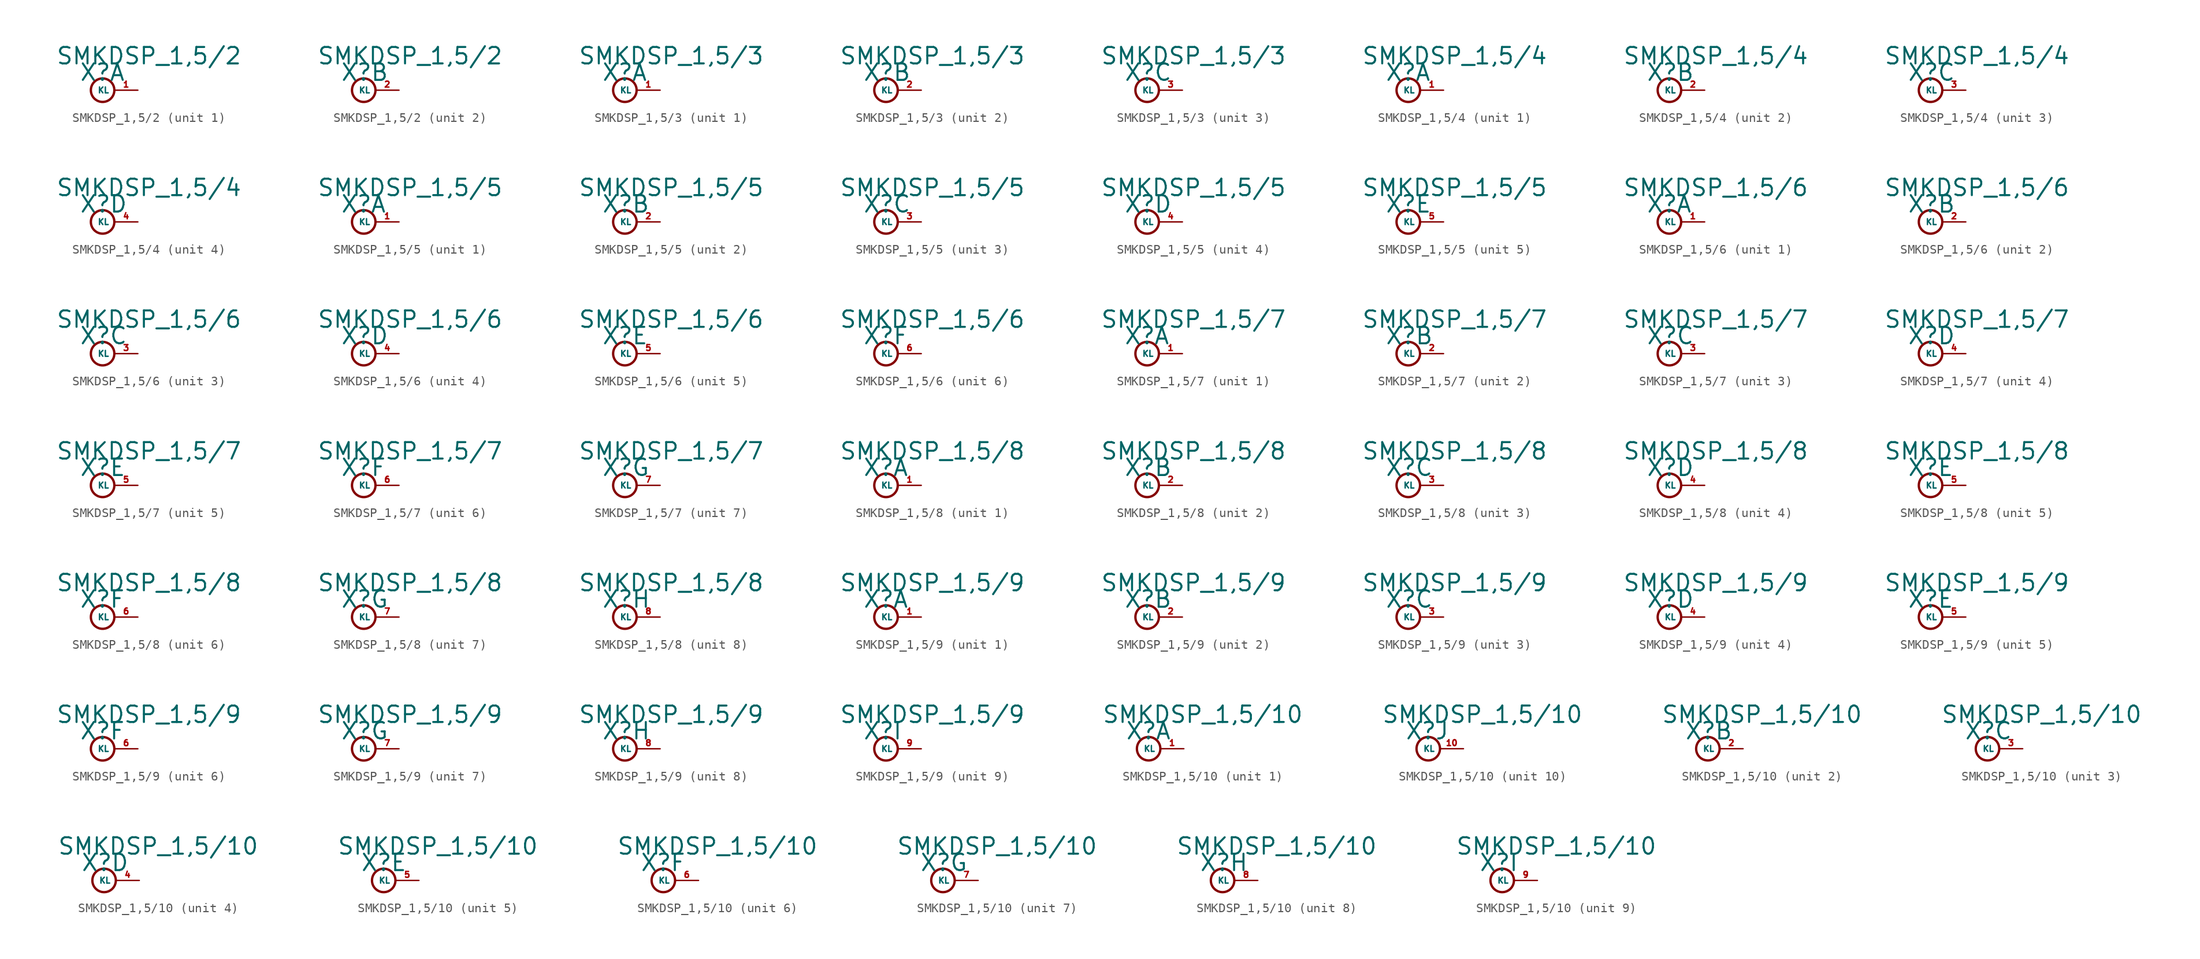
<source format=kicad_sym>
(kicad_symbol_lib
  (version 20220914)
  (generator Eagle2Kicad)
  (symbol "SMKDSP_1,5/2"
    (property "Reference" "X"
      (at -1.27 0.889 0)
      (effects (font (size 1.778 1.778) (thickness 0.22)) (justify left bottom)))
    (property "Value" "SMKDSP_1,5/2"
      (at -3.81 2.667 0)
      (effects (font (size 1.778 1.778) (thickness 0.22)) (justify left bottom)))
    (symbol "SMKDSP_1,5/2_1_0"
      (circle (center 1.27 0) (radius 1.27) (stroke (width 0.254) (type default)) (fill (type none)))
      (pin passive line (at 5.08 0 180) (length 2.54) (name "KL" (effects (font (size 0.635 0.635) (thickness 0.08)) (justify left bottom))) (number "1" (effects (font (size 0.635 0.635) (thickness 0.08)) (justify left bottom)))))
    (symbol "SMKDSP_1,5/2_2_0"
      (circle (center 1.27 0) (radius 1.27) (stroke (width 0.254) (type default)) (fill (type none)))
      (pin passive line (at 5.08 0 180) (length 2.54) (name "KL" (effects (font (size 0.635 0.635) (thickness 0.08)) (justify left bottom))) (number "2" (effects (font (size 0.635 0.635) (thickness 0.08)) (justify left bottom))))))
  (symbol "SMKDSP_1,5/3"
    (property "Reference" "X"
      (at -1.27 0.889 0)
      (effects (font (size 1.778 1.778) (thickness 0.22)) (justify left bottom)))
    (property "Value" "SMKDSP_1,5/3"
      (at -3.81 2.667 0)
      (effects (font (size 1.778 1.778) (thickness 0.22)) (justify left bottom)))
    (symbol "SMKDSP_1,5/3_1_0"
      (circle (center 1.27 0) (radius 1.27) (stroke (width 0.254) (type default)) (fill (type none)))
      (pin passive line (at 5.08 0 180) (length 2.54) (name "KL" (effects (font (size 0.635 0.635) (thickness 0.08)) (justify left bottom))) (number "1" (effects (font (size 0.635 0.635) (thickness 0.08)) (justify left bottom)))))
    (symbol "SMKDSP_1,5/3_2_0"
      (circle (center 1.27 0) (radius 1.27) (stroke (width 0.254) (type default)) (fill (type none)))
      (pin passive line (at 5.08 0 180) (length 2.54) (name "KL" (effects (font (size 0.635 0.635) (thickness 0.08)) (justify left bottom))) (number "2" (effects (font (size 0.635 0.635) (thickness 0.08)) (justify left bottom)))))
    (symbol "SMKDSP_1,5/3_3_0"
      (circle (center 1.27 0) (radius 1.27) (stroke (width 0.254) (type default)) (fill (type none)))
      (pin passive line (at 5.08 0 180) (length 2.54) (name "KL" (effects (font (size 0.635 0.635) (thickness 0.08)) (justify left bottom))) (number "3" (effects (font (size 0.635 0.635) (thickness 0.08)) (justify left bottom))))))
  (symbol "SMKDSP_1,5/4"
    (property "Reference" "X"
      (at -1.27 0.889 0)
      (effects (font (size 1.778 1.778) (thickness 0.22)) (justify left bottom)))
    (property "Value" "SMKDSP_1,5/4"
      (at -3.81 2.667 0)
      (effects (font (size 1.778 1.778) (thickness 0.22)) (justify left bottom)))
    (symbol "SMKDSP_1,5/4_1_0"
      (circle (center 1.27 0) (radius 1.27) (stroke (width 0.254) (type default)) (fill (type none)))
      (pin passive line (at 5.08 0 180) (length 2.54) (name "KL" (effects (font (size 0.635 0.635) (thickness 0.08)) (justify left bottom))) (number "1" (effects (font (size 0.635 0.635) (thickness 0.08)) (justify left bottom)))))
    (symbol "SMKDSP_1,5/4_2_0"
      (circle (center 1.27 0) (radius 1.27) (stroke (width 0.254) (type default)) (fill (type none)))
      (pin passive line (at 5.08 0 180) (length 2.54) (name "KL" (effects (font (size 0.635 0.635) (thickness 0.08)) (justify left bottom))) (number "2" (effects (font (size 0.635 0.635) (thickness 0.08)) (justify left bottom)))))
    (symbol "SMKDSP_1,5/4_3_0"
      (circle (center 1.27 0) (radius 1.27) (stroke (width 0.254) (type default)) (fill (type none)))
      (pin passive line (at 5.08 0 180) (length 2.54) (name "KL" (effects (font (size 0.635 0.635) (thickness 0.08)) (justify left bottom))) (number "3" (effects (font (size 0.635 0.635) (thickness 0.08)) (justify left bottom)))))
    (symbol "SMKDSP_1,5/4_4_0"
      (circle (center 1.27 0) (radius 1.27) (stroke (width 0.254) (type default)) (fill (type none)))
      (pin passive line (at 5.08 0 180) (length 2.54) (name "KL" (effects (font (size 0.635 0.635) (thickness 0.08)) (justify left bottom))) (number "4" (effects (font (size 0.635 0.635) (thickness 0.08)) (justify left bottom))))))
  (symbol "SMKDSP_1,5/5"
    (property "Reference" "X"
      (at -1.27 0.889 0)
      (effects (font (size 1.778 1.778) (thickness 0.22)) (justify left bottom)))
    (property "Value" "SMKDSP_1,5/5"
      (at -3.81 2.667 0)
      (effects (font (size 1.778 1.778) (thickness 0.22)) (justify left bottom)))
    (symbol "SMKDSP_1,5/5_1_0"
      (circle (center 1.27 0) (radius 1.27) (stroke (width 0.254) (type default)) (fill (type none)))
      (pin passive line (at 5.08 0 180) (length 2.54) (name "KL" (effects (font (size 0.635 0.635) (thickness 0.08)) (justify left bottom))) (number "1" (effects (font (size 0.635 0.635) (thickness 0.08)) (justify left bottom)))))
    (symbol "SMKDSP_1,5/5_2_0"
      (circle (center 1.27 0) (radius 1.27) (stroke (width 0.254) (type default)) (fill (type none)))
      (pin passive line (at 5.08 0 180) (length 2.54) (name "KL" (effects (font (size 0.635 0.635) (thickness 0.08)) (justify left bottom))) (number "2" (effects (font (size 0.635 0.635) (thickness 0.08)) (justify left bottom)))))
    (symbol "SMKDSP_1,5/5_3_0"
      (circle (center 1.27 0) (radius 1.27) (stroke (width 0.254) (type default)) (fill (type none)))
      (pin passive line (at 5.08 0 180) (length 2.54) (name "KL" (effects (font (size 0.635 0.635) (thickness 0.08)) (justify left bottom))) (number "3" (effects (font (size 0.635 0.635) (thickness 0.08)) (justify left bottom)))))
    (symbol "SMKDSP_1,5/5_4_0"
      (circle (center 1.27 0) (radius 1.27) (stroke (width 0.254) (type default)) (fill (type none)))
      (pin passive line (at 5.08 0 180) (length 2.54) (name "KL" (effects (font (size 0.635 0.635) (thickness 0.08)) (justify left bottom))) (number "4" (effects (font (size 0.635 0.635) (thickness 0.08)) (justify left bottom)))))
    (symbol "SMKDSP_1,5/5_5_0"
      (circle (center 1.27 0) (radius 1.27) (stroke (width 0.254) (type default)) (fill (type none)))
      (pin passive line (at 5.08 0 180) (length 2.54) (name "KL" (effects (font (size 0.635 0.635) (thickness 0.08)) (justify left bottom))) (number "5" (effects (font (size 0.635 0.635) (thickness 0.08)) (justify left bottom))))))
  (symbol "SMKDSP_1,5/6"
    (property "Reference" "X"
      (at -1.27 0.889 0)
      (effects (font (size 1.778 1.778) (thickness 0.22)) (justify left bottom)))
    (property "Value" "SMKDSP_1,5/6"
      (at -3.81 2.667 0)
      (effects (font (size 1.778 1.778) (thickness 0.22)) (justify left bottom)))
    (symbol "SMKDSP_1,5/6_1_0"
      (circle (center 1.27 0) (radius 1.27) (stroke (width 0.254) (type default)) (fill (type none)))
      (pin passive line (at 5.08 0 180) (length 2.54) (name "KL" (effects (font (size 0.635 0.635) (thickness 0.08)) (justify left bottom))) (number "1" (effects (font (size 0.635 0.635) (thickness 0.08)) (justify left bottom)))))
    (symbol "SMKDSP_1,5/6_2_0"
      (circle (center 1.27 0) (radius 1.27) (stroke (width 0.254) (type default)) (fill (type none)))
      (pin passive line (at 5.08 0 180) (length 2.54) (name "KL" (effects (font (size 0.635 0.635) (thickness 0.08)) (justify left bottom))) (number "2" (effects (font (size 0.635 0.635) (thickness 0.08)) (justify left bottom)))))
    (symbol "SMKDSP_1,5/6_3_0"
      (circle (center 1.27 0) (radius 1.27) (stroke (width 0.254) (type default)) (fill (type none)))
      (pin passive line (at 5.08 0 180) (length 2.54) (name "KL" (effects (font (size 0.635 0.635) (thickness 0.08)) (justify left bottom))) (number "3" (effects (font (size 0.635 0.635) (thickness 0.08)) (justify left bottom)))))
    (symbol "SMKDSP_1,5/6_4_0"
      (circle (center 1.27 0) (radius 1.27) (stroke (width 0.254) (type default)) (fill (type none)))
      (pin passive line (at 5.08 0 180) (length 2.54) (name "KL" (effects (font (size 0.635 0.635) (thickness 0.08)) (justify left bottom))) (number "4" (effects (font (size 0.635 0.635) (thickness 0.08)) (justify left bottom)))))
    (symbol "SMKDSP_1,5/6_5_0"
      (circle (center 1.27 0) (radius 1.27) (stroke (width 0.254) (type default)) (fill (type none)))
      (pin passive line (at 5.08 0 180) (length 2.54) (name "KL" (effects (font (size 0.635 0.635) (thickness 0.08)) (justify left bottom))) (number "5" (effects (font (size 0.635 0.635) (thickness 0.08)) (justify left bottom)))))
    (symbol "SMKDSP_1,5/6_6_0"
      (circle (center 1.27 0) (radius 1.27) (stroke (width 0.254) (type default)) (fill (type none)))
      (pin passive line (at 5.08 0 180) (length 2.54) (name "KL" (effects (font (size 0.635 0.635) (thickness 0.08)) (justify left bottom))) (number "6" (effects (font (size 0.635 0.635) (thickness 0.08)) (justify left bottom))))))
  (symbol "SMKDSP_1,5/7"
    (property "Reference" "X"
      (at -1.27 0.889 0)
      (effects (font (size 1.778 1.778) (thickness 0.22)) (justify left bottom)))
    (property "Value" "SMKDSP_1,5/7"
      (at -3.81 2.667 0)
      (effects (font (size 1.778 1.778) (thickness 0.22)) (justify left bottom)))
    (symbol "SMKDSP_1,5/7_1_0"
      (circle (center 1.27 0) (radius 1.27) (stroke (width 0.254) (type default)) (fill (type none)))
      (pin passive line (at 5.08 0 180) (length 2.54) (name "KL" (effects (font (size 0.635 0.635) (thickness 0.08)) (justify left bottom))) (number "1" (effects (font (size 0.635 0.635) (thickness 0.08)) (justify left bottom)))))
    (symbol "SMKDSP_1,5/7_2_0"
      (circle (center 1.27 0) (radius 1.27) (stroke (width 0.254) (type default)) (fill (type none)))
      (pin passive line (at 5.08 0 180) (length 2.54) (name "KL" (effects (font (size 0.635 0.635) (thickness 0.08)) (justify left bottom))) (number "2" (effects (font (size 0.635 0.635) (thickness 0.08)) (justify left bottom)))))
    (symbol "SMKDSP_1,5/7_3_0"
      (circle (center 1.27 0) (radius 1.27) (stroke (width 0.254) (type default)) (fill (type none)))
      (pin passive line (at 5.08 0 180) (length 2.54) (name "KL" (effects (font (size 0.635 0.635) (thickness 0.08)) (justify left bottom))) (number "3" (effects (font (size 0.635 0.635) (thickness 0.08)) (justify left bottom)))))
    (symbol "SMKDSP_1,5/7_4_0"
      (circle (center 1.27 0) (radius 1.27) (stroke (width 0.254) (type default)) (fill (type none)))
      (pin passive line (at 5.08 0 180) (length 2.54) (name "KL" (effects (font (size 0.635 0.635) (thickness 0.08)) (justify left bottom))) (number "4" (effects (font (size 0.635 0.635) (thickness 0.08)) (justify left bottom)))))
    (symbol "SMKDSP_1,5/7_5_0"
      (circle (center 1.27 0) (radius 1.27) (stroke (width 0.254) (type default)) (fill (type none)))
      (pin passive line (at 5.08 0 180) (length 2.54) (name "KL" (effects (font (size 0.635 0.635) (thickness 0.08)) (justify left bottom))) (number "5" (effects (font (size 0.635 0.635) (thickness 0.08)) (justify left bottom)))))
    (symbol "SMKDSP_1,5/7_6_0"
      (circle (center 1.27 0) (radius 1.27) (stroke (width 0.254) (type default)) (fill (type none)))
      (pin passive line (at 5.08 0 180) (length 2.54) (name "KL" (effects (font (size 0.635 0.635) (thickness 0.08)) (justify left bottom))) (number "6" (effects (font (size 0.635 0.635) (thickness 0.08)) (justify left bottom)))))
    (symbol "SMKDSP_1,5/7_7_0"
      (circle (center 1.27 0) (radius 1.27) (stroke (width 0.254) (type default)) (fill (type none)))
      (pin passive line (at 5.08 0 180) (length 2.54) (name "KL" (effects (font (size 0.635 0.635) (thickness 0.08)) (justify left bottom))) (number "7" (effects (font (size 0.635 0.635) (thickness 0.08)) (justify left bottom))))))
  (symbol "SMKDSP_1,5/8"
    (property "Reference" "X"
      (at -1.27 0.889 0)
      (effects (font (size 1.778 1.778) (thickness 0.22)) (justify left bottom)))
    (property "Value" "SMKDSP_1,5/8"
      (at -3.81 2.667 0)
      (effects (font (size 1.778 1.778) (thickness 0.22)) (justify left bottom)))
    (symbol "SMKDSP_1,5/8_1_0"
      (circle (center 1.27 0) (radius 1.27) (stroke (width 0.254) (type default)) (fill (type none)))
      (pin passive line (at 5.08 0 180) (length 2.54) (name "KL" (effects (font (size 0.635 0.635) (thickness 0.08)) (justify left bottom))) (number "1" (effects (font (size 0.635 0.635) (thickness 0.08)) (justify left bottom)))))
    (symbol "SMKDSP_1,5/8_2_0"
      (circle (center 1.27 0) (radius 1.27) (stroke (width 0.254) (type default)) (fill (type none)))
      (pin passive line (at 5.08 0 180) (length 2.54) (name "KL" (effects (font (size 0.635 0.635) (thickness 0.08)) (justify left bottom))) (number "2" (effects (font (size 0.635 0.635) (thickness 0.08)) (justify left bottom)))))
    (symbol "SMKDSP_1,5/8_3_0"
      (circle (center 1.27 0) (radius 1.27) (stroke (width 0.254) (type default)) (fill (type none)))
      (pin passive line (at 5.08 0 180) (length 2.54) (name "KL" (effects (font (size 0.635 0.635) (thickness 0.08)) (justify left bottom))) (number "3" (effects (font (size 0.635 0.635) (thickness 0.08)) (justify left bottom)))))
    (symbol "SMKDSP_1,5/8_4_0"
      (circle (center 1.27 0) (radius 1.27) (stroke (width 0.254) (type default)) (fill (type none)))
      (pin passive line (at 5.08 0 180) (length 2.54) (name "KL" (effects (font (size 0.635 0.635) (thickness 0.08)) (justify left bottom))) (number "4" (effects (font (size 0.635 0.635) (thickness 0.08)) (justify left bottom)))))
    (symbol "SMKDSP_1,5/8_5_0"
      (circle (center 1.27 0) (radius 1.27) (stroke (width 0.254) (type default)) (fill (type none)))
      (pin passive line (at 5.08 0 180) (length 2.54) (name "KL" (effects (font (size 0.635 0.635) (thickness 0.08)) (justify left bottom))) (number "5" (effects (font (size 0.635 0.635) (thickness 0.08)) (justify left bottom)))))
    (symbol "SMKDSP_1,5/8_6_0"
      (circle (center 1.27 0) (radius 1.27) (stroke (width 0.254) (type default)) (fill (type none)))
      (pin passive line (at 5.08 0 180) (length 2.54) (name "KL" (effects (font (size 0.635 0.635) (thickness 0.08)) (justify left bottom))) (number "6" (effects (font (size 0.635 0.635) (thickness 0.08)) (justify left bottom)))))
    (symbol "SMKDSP_1,5/8_7_0"
      (circle (center 1.27 0) (radius 1.27) (stroke (width 0.254) (type default)) (fill (type none)))
      (pin passive line (at 5.08 0 180) (length 2.54) (name "KL" (effects (font (size 0.635 0.635) (thickness 0.08)) (justify left bottom))) (number "7" (effects (font (size 0.635 0.635) (thickness 0.08)) (justify left bottom)))))
    (symbol "SMKDSP_1,5/8_8_0"
      (circle (center 1.27 0) (radius 1.27) (stroke (width 0.254) (type default)) (fill (type none)))
      (pin passive line (at 5.08 0 180) (length 2.54) (name "KL" (effects (font (size 0.635 0.635) (thickness 0.08)) (justify left bottom))) (number "8" (effects (font (size 0.635 0.635) (thickness 0.08)) (justify left bottom))))))
  (symbol "SMKDSP_1,5/9"
    (property "Reference" "X"
      (at -1.27 0.889 0)
      (effects (font (size 1.778 1.778) (thickness 0.22)) (justify left bottom)))
    (property "Value" "SMKDSP_1,5/9"
      (at -3.81 2.667 0)
      (effects (font (size 1.778 1.778) (thickness 0.22)) (justify left bottom)))
    (symbol "SMKDSP_1,5/9_1_0"
      (circle (center 1.27 0) (radius 1.27) (stroke (width 0.254) (type default)) (fill (type none)))
      (pin passive line (at 5.08 0 180) (length 2.54) (name "KL" (effects (font (size 0.635 0.635) (thickness 0.08)) (justify left bottom))) (number "1" (effects (font (size 0.635 0.635) (thickness 0.08)) (justify left bottom)))))
    (symbol "SMKDSP_1,5/9_2_0"
      (circle (center 1.27 0) (radius 1.27) (stroke (width 0.254) (type default)) (fill (type none)))
      (pin passive line (at 5.08 0 180) (length 2.54) (name "KL" (effects (font (size 0.635 0.635) (thickness 0.08)) (justify left bottom))) (number "2" (effects (font (size 0.635 0.635) (thickness 0.08)) (justify left bottom)))))
    (symbol "SMKDSP_1,5/9_3_0"
      (circle (center 1.27 0) (radius 1.27) (stroke (width 0.254) (type default)) (fill (type none)))
      (pin passive line (at 5.08 0 180) (length 2.54) (name "KL" (effects (font (size 0.635 0.635) (thickness 0.08)) (justify left bottom))) (number "3" (effects (font (size 0.635 0.635) (thickness 0.08)) (justify left bottom)))))
    (symbol "SMKDSP_1,5/9_4_0"
      (circle (center 1.27 0) (radius 1.27) (stroke (width 0.254) (type default)) (fill (type none)))
      (pin passive line (at 5.08 0 180) (length 2.54) (name "KL" (effects (font (size 0.635 0.635) (thickness 0.08)) (justify left bottom))) (number "4" (effects (font (size 0.635 0.635) (thickness 0.08)) (justify left bottom)))))
    (symbol "SMKDSP_1,5/9_5_0"
      (circle (center 1.27 0) (radius 1.27) (stroke (width 0.254) (type default)) (fill (type none)))
      (pin passive line (at 5.08 0 180) (length 2.54) (name "KL" (effects (font (size 0.635 0.635) (thickness 0.08)) (justify left bottom))) (number "5" (effects (font (size 0.635 0.635) (thickness 0.08)) (justify left bottom)))))
    (symbol "SMKDSP_1,5/9_6_0"
      (circle (center 1.27 0) (radius 1.27) (stroke (width 0.254) (type default)) (fill (type none)))
      (pin passive line (at 5.08 0 180) (length 2.54) (name "KL" (effects (font (size 0.635 0.635) (thickness 0.08)) (justify left bottom))) (number "6" (effects (font (size 0.635 0.635) (thickness 0.08)) (justify left bottom)))))
    (symbol "SMKDSP_1,5/9_7_0"
      (circle (center 1.27 0) (radius 1.27) (stroke (width 0.254) (type default)) (fill (type none)))
      (pin passive line (at 5.08 0 180) (length 2.54) (name "KL" (effects (font (size 0.635 0.635) (thickness 0.08)) (justify left bottom))) (number "7" (effects (font (size 0.635 0.635) (thickness 0.08)) (justify left bottom)))))
    (symbol "SMKDSP_1,5/9_8_0"
      (circle (center 1.27 0) (radius 1.27) (stroke (width 0.254) (type default)) (fill (type none)))
      (pin passive line (at 5.08 0 180) (length 2.54) (name "KL" (effects (font (size 0.635 0.635) (thickness 0.08)) (justify left bottom))) (number "8" (effects (font (size 0.635 0.635) (thickness 0.08)) (justify left bottom)))))
    (symbol "SMKDSP_1,5/9_9_0"
      (circle (center 1.27 0) (radius 1.27) (stroke (width 0.254) (type default)) (fill (type none)))
      (pin passive line (at 5.08 0 180) (length 2.54) (name "KL" (effects (font (size 0.635 0.635) (thickness 0.08)) (justify left bottom))) (number "9" (effects (font (size 0.635 0.635) (thickness 0.08)) (justify left bottom))))))
  (symbol "SMKDSP_1,5/10"
    (property "Reference" "X"
      (at -1.27 0.889 0)
      (effects (font (size 1.778 1.778) (thickness 0.22)) (justify left bottom)))
    (property "Value" "SMKDSP_1,5/10"
      (at -3.81 2.667 0)
      (effects (font (size 1.778 1.778) (thickness 0.22)) (justify left bottom)))
    (symbol "SMKDSP_1,5/10_1_0"
      (circle (center 1.27 0) (radius 1.27) (stroke (width 0.254) (type default)) (fill (type none)))
      (pin passive line (at 5.08 0 180) (length 2.54) (name "KL" (effects (font (size 0.635 0.635) (thickness 0.08)) (justify left bottom))) (number "1" (effects (font (size 0.635 0.635) (thickness 0.08)) (justify left bottom)))))
    (symbol "SMKDSP_1,5/10_2_0"
      (circle (center 1.27 0) (radius 1.27) (stroke (width 0.254) (type default)) (fill (type none)))
      (pin passive line (at 5.08 0 180) (length 2.54) (name "KL" (effects (font (size 0.635 0.635) (thickness 0.08)) (justify left bottom))) (number "2" (effects (font (size 0.635 0.635) (thickness 0.08)) (justify left bottom)))))
    (symbol "SMKDSP_1,5/10_3_0"
      (circle (center 1.27 0) (radius 1.27) (stroke (width 0.254) (type default)) (fill (type none)))
      (pin passive line (at 5.08 0 180) (length 2.54) (name "KL" (effects (font (size 0.635 0.635) (thickness 0.08)) (justify left bottom))) (number "3" (effects (font (size 0.635 0.635) (thickness 0.08)) (justify left bottom)))))
    (symbol "SMKDSP_1,5/10_4_0"
      (circle (center 1.27 0) (radius 1.27) (stroke (width 0.254) (type default)) (fill (type none)))
      (pin passive line (at 5.08 0 180) (length 2.54) (name "KL" (effects (font (size 0.635 0.635) (thickness 0.08)) (justify left bottom))) (number "4" (effects (font (size 0.635 0.635) (thickness 0.08)) (justify left bottom)))))
    (symbol "SMKDSP_1,5/10_5_0"
      (circle (center 1.27 0) (radius 1.27) (stroke (width 0.254) (type default)) (fill (type none)))
      (pin passive line (at 5.08 0 180) (length 2.54) (name "KL" (effects (font (size 0.635 0.635) (thickness 0.08)) (justify left bottom))) (number "5" (effects (font (size 0.635 0.635) (thickness 0.08)) (justify left bottom)))))
    (symbol "SMKDSP_1,5/10_6_0"
      (circle (center 1.27 0) (radius 1.27) (stroke (width 0.254) (type default)) (fill (type none)))
      (pin passive line (at 5.08 0 180) (length 2.54) (name "KL" (effects (font (size 0.635 0.635) (thickness 0.08)) (justify left bottom))) (number "6" (effects (font (size 0.635 0.635) (thickness 0.08)) (justify left bottom)))))
    (symbol "SMKDSP_1,5/10_7_0"
      (circle (center 1.27 0) (radius 1.27) (stroke (width 0.254) (type default)) (fill (type none)))
      (pin passive line (at 5.08 0 180) (length 2.54) (name "KL" (effects (font (size 0.635 0.635) (thickness 0.08)) (justify left bottom))) (number "7" (effects (font (size 0.635 0.635) (thickness 0.08)) (justify left bottom)))))
    (symbol "SMKDSP_1,5/10_8_0"
      (circle (center 1.27 0) (radius 1.27) (stroke (width 0.254) (type default)) (fill (type none)))
      (pin passive line (at 5.08 0 180) (length 2.54) (name "KL" (effects (font (size 0.635 0.635) (thickness 0.08)) (justify left bottom))) (number "8" (effects (font (size 0.635 0.635) (thickness 0.08)) (justify left bottom)))))
    (symbol "SMKDSP_1,5/10_9_0"
      (circle (center 1.27 0) (radius 1.27) (stroke (width 0.254) (type default)) (fill (type none)))
      (pin passive line (at 5.08 0 180) (length 2.54) (name "KL" (effects (font (size 0.635 0.635) (thickness 0.08)) (justify left bottom))) (number "9" (effects (font (size 0.635 0.635) (thickness 0.08)) (justify left bottom)))))
    (symbol "SMKDSP_1,5/10_10_0"
      (circle (center 1.27 0) (radius 1.27) (stroke (width 0.254) (type default)) (fill (type none)))
      (pin passive line (at 5.08 0 180) (length 2.54) (name "KL" (effects (font (size 0.635 0.635) (thickness 0.08)) (justify left bottom))) (number "10" (effects (font (size 0.635 0.635) (thickness 0.08)) (justify left bottom)))))))
</source>
